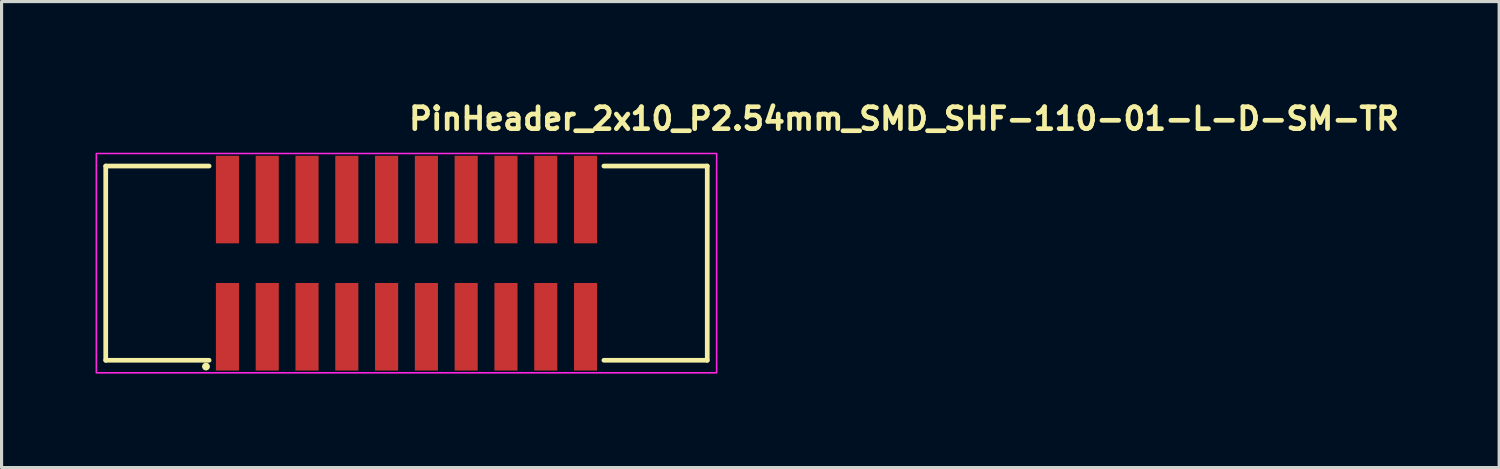
<source format=kicad_pcb>
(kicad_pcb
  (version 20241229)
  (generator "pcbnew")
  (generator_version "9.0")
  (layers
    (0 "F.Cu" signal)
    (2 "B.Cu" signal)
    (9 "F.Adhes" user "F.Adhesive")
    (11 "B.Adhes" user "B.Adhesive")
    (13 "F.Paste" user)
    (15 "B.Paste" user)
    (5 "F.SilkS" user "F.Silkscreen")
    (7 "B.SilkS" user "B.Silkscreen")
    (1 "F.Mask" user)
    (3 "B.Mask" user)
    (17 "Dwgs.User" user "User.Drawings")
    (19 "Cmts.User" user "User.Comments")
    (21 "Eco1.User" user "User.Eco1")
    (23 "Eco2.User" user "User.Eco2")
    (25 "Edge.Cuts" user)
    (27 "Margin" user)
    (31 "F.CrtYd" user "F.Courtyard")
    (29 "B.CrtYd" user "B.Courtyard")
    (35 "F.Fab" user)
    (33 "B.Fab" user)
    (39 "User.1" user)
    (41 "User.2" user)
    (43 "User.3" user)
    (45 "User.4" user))
  (footprint "PinHeader_2x10_P2.54mm_SMD_SHF-110-01-L-D-SM-TR"
    (layer "F.Cu")
    (at 9.925 5.35)
    (property "Reference" "PinHeader_2x10_P2.54mm_SMD_SHF-110-01-L-D-SM-TR" (at 0 -4.2 0) (unlocked yes) (layer "F.SilkS") (effects (font (size 0.7 0.7) (thickness 0.15)) (justify left bottom)))
    (attr smd)
    (fp_line (start -9.6 -3.1) (end -9.6 3.1) (stroke (width 0.15) (type solid)) (layer "F.SilkS"))
    (fp_line (start -9.6 3.1) (end -6.3 3.1) (stroke (width 0.15) (type solid)) (layer "F.SilkS"))
    (fp_line (start -6.3 -3.1) (end -9.6 -3.1) (stroke (width 0.15) (type solid)) (layer "F.SilkS"))
    (fp_line (start 6.3 3.1) (end 9.6 3.1) (stroke (width 0.15) (type solid)) (layer "F.SilkS"))
    (fp_line (start 9.6 -3.1) (end 6.3 -3.1) (stroke (width 0.15) (type solid)) (layer "F.SilkS"))
    (fp_line (start 9.6 3.1) (end 9.6 -3.1) (stroke (width 0.15) (type solid)) (layer "F.SilkS"))
    (fp_circle (center -6.4 3.3) (end -6.35 3.3) (stroke (width 0.15) (type solid)) (fill yes) (layer "F.SilkS"))
    (fp_rect (start -9.9 -3.5) (end 9.9 3.5) (stroke (width 0.05) (type solid)) (fill no) (layer "F.CrtYd"))
    (fp_rect (start -9.525 -3.048) (end 9.525 3.048) (stroke (width 0.1) (type solid)) (fill no) (layer "User.5"))
    (fp_line (start -9.525 -0.635) (end -9.525 -3.048) (stroke (width 0.02) (type solid)) (layer "User.9"))
    (fp_line (start -9.525 -0.635) (end -9.398 -0.635) (stroke (width 0.02) (type solid)) (layer "User.9"))
    (fp_line (start -9.525 2.54) (end -9.525 0.635) (stroke (width 0.02) (type solid)) (layer "User.9"))
    (fp_line (start -9.398 -0.635) (end -9.398 0.635) (stroke (width 0.02) (type solid)) (layer "User.9"))
    (fp_line (start -9.398 0.635) (end -9.525 0.635) (stroke (width 0.02) (type solid)) (layer "User.9"))
    (fp_line (start -8.913 -2.055) (end -8.913 2.055) (stroke (width 0.02) (type solid)) (layer "User.9"))
    (fp_line (start -8.913 -2.055) (end -8.636 -1.778) (stroke (width 0.02) (type solid)) (layer "User.9"))
    (fp_line (start -8.913 2.055) (end -8.636 1.778) (stroke (width 0.02) (type solid)) (layer "User.9"))
    (fp_line (start -8.913 2.055) (end -1.27 2.055) (stroke (width 0.02) (type solid)) (layer "User.9"))
    (fp_line (start -8.636 -1.778) (end -8.636 1.778) (stroke (width 0.02) (type solid)) (layer "User.9"))
    (fp_line (start -8.636 1.778) (end -1.27 1.778) (stroke (width 0.02) (type solid)) (layer "User.9"))
    (fp_line (start -8.585 -3.048) (end -9.525 -3.048) (stroke (width 0.02) (type solid)) (layer "User.9"))
    (fp_line (start -8.585 -2.54) (end -8.585 -3.048) (stroke (width 0.02) (type solid)) (layer "User.9"))
    (fp_line (start -6.223 2.286) (end -6.223 2.54) (stroke (width 0.02) (type solid)) (layer "User.9"))
    (fp_line (start -6.223 2.286) (end -6.223 2.54) (stroke (width 0.02) (type solid)) (layer "User.9"))
    (fp_line (start -6.223 2.54) (end -9.525 2.54) (stroke (width 0.02) (type solid)) (layer "User.9"))
    (fp_line (start -6.198 2.54) (end -6.223 2.54) (stroke (width 0.02) (type solid)) (layer "User.9"))
    (fp_line (start -6.198 2.54) (end -6.198 2.311) (stroke (width 0.02) (type solid)) (layer "User.9"))
    (fp_line (start -5.918 -3.048) (end -5.918 -2.946) (stroke (width 0.02) (type solid)) (layer "User.9"))
    (fp_line (start -5.918 -2.946) (end -5.918 -2.54) (stroke (width 0.02) (type solid)) (layer "User.9"))
    (fp_line (start -5.918 -0.838) (end -5.918 -0.737) (stroke (width 0.02) (type solid)) (layer "User.9"))
    (fp_line (start -5.918 -0.737) (end -5.918 -0.533) (stroke (width 0.02) (type solid)) (layer "User.9"))
    (fp_line (start -5.918 -0.533) (end -5.918 -0.432) (stroke (width 0.02) (type solid)) (layer "User.9"))
    (fp_line (start -5.918 0.432) (end -5.918 0.533) (stroke (width 0.02) (type solid)) (layer "User.9"))
    (fp_line (start -5.918 0.533) (end -5.918 0.737) (stroke (width 0.02) (type solid)) (layer "User.9"))
    (fp_line (start -5.918 0.737) (end -5.918 0.838) (stroke (width 0.02) (type solid)) (layer "User.9"))
    (fp_line (start -5.918 2.54) (end -5.918 2.946) (stroke (width 0.02) (type solid)) (layer "User.9"))
    (fp_line (start -5.918 2.946) (end -5.918 3.048) (stroke (width 0.02) (type solid)) (layer "User.9"))
    (fp_line (start -5.715 2.54) (end -6.198 2.54) (stroke (width 0.02) (type solid)) (layer "User.9"))
    (fp_line (start -5.715 2.54) (end -5.715 2.311) (stroke (width 0.02) (type solid)) (layer "User.9"))
    (fp_line (start -5.512 -3.048) (end -5.918 -3.048) (stroke (width 0.02) (type solid)) (layer "User.9"))
    (fp_line (start -5.512 -3.048) (end -5.512 -2.946) (stroke (width 0.02) (type solid)) (layer "User.9"))
    (fp_line (start -5.512 -2.946) (end -5.918 -2.946) (stroke (width 0.02) (type solid)) (layer "User.9"))
    (fp_line (start -5.512 -2.946) (end -5.512 -2.54) (stroke (width 0.02) (type solid)) (layer "User.9"))
    (fp_line (start -5.512 -0.838) (end -5.918 -0.838) (stroke (width 0.02) (type solid)) (layer "User.9"))
    (fp_line (start -5.512 -0.838) (end -5.512 -0.737) (stroke (width 0.02) (type solid)) (layer "User.9"))
    (fp_line (start -5.512 -0.737) (end -5.918 -0.737) (stroke (width 0.02) (type solid)) (layer "User.9"))
    (fp_line (start -5.512 -0.737) (end -5.512 -0.533) (stroke (width 0.02) (type solid)) (layer "User.9"))
    (fp_line (start -5.512 -0.533) (end -5.918 -0.533) (stroke (width 0.02) (type solid)) (layer "User.9"))
    (fp_line (start -5.512 -0.533) (end -5.512 -0.432) (stroke (width 0.02) (type solid)) (layer "User.9"))
    (fp_line (start -5.512 -0.432) (end -5.918 -0.432) (stroke (width 0.02) (type solid)) (layer "User.9"))
    (fp_line (start -5.512 0.432) (end -5.918 0.432) (stroke (width 0.02) (type solid)) (layer "User.9"))
    (fp_line (start -5.512 0.432) (end -5.512 0.533) (stroke (width 0.02) (type solid)) (layer "User.9"))
    (fp_line (start -5.512 0.533) (end -5.918 0.533) (stroke (width 0.02) (type solid)) (layer "User.9"))
    (fp_line (start -5.512 0.533) (end -5.512 0.737) (stroke (width 0.02) (type solid)) (layer "User.9"))
    (fp_line (start -5.512 0.737) (end -5.918 0.737) (stroke (width 0.02) (type solid)) (layer "User.9"))
    (fp_line (start -5.512 0.737) (end -5.512 0.838) (stroke (width 0.02) (type solid)) (layer "User.9"))
    (fp_line (start -5.512 0.838) (end -5.918 0.838) (stroke (width 0.02) (type solid)) (layer "User.9"))
    (fp_line (start -5.512 2.54) (end -5.512 2.946) (stroke (width 0.02) (type solid)) (layer "User.9"))
    (fp_line (start -5.512 2.946) (end -5.918 2.946) (stroke (width 0.02) (type solid)) (layer "User.9"))
    (fp_line (start -5.512 2.946) (end -5.512 3.048) (stroke (width 0.02) (type solid)) (layer "User.9"))
    (fp_line (start -5.512 3.048) (end -5.918 3.048) (stroke (width 0.02) (type solid)) (layer "User.9"))
    (fp_line (start -5.232 2.311) (end -6.198 2.311) (stroke (width 0.02) (type solid)) (layer "User.9"))
    (fp_line (start -5.232 2.54) (end -5.715 2.54) (stroke (width 0.02) (type solid)) (layer "User.9"))
    (fp_line (start -5.232 2.54) (end -5.232 2.311) (stroke (width 0.02) (type solid)) (layer "User.9"))
    (fp_line (start -5.207 2.286) (end -6.223 2.286) (stroke (width 0.02) (type solid)) (layer "User.9"))
    (fp_line (start -5.207 2.286) (end -6.223 2.286) (stroke (width 0.02) (type solid)) (layer "User.9"))
    (fp_line (start -5.207 2.286) (end -5.207 2.54) (stroke (width 0.02) (type solid)) (layer "User.9"))
    (fp_line (start -5.207 2.286) (end -5.207 2.54) (stroke (width 0.02) (type solid)) (layer "User.9"))
    (fp_line (start -5.207 2.54) (end -5.232 2.54) (stroke (width 0.02) (type solid)) (layer "User.9"))
    (fp_line (start -4.648 -2.946) (end -4.648 -3.048) (stroke (width 0.02) (type solid)) (layer "User.9"))
    (fp_line (start -4.648 -2.54) (end -4.648 -2.946) (stroke (width 0.02) (type solid)) (layer "User.9"))
    (fp_line (start -4.648 -0.737) (end -4.648 -0.838) (stroke (width 0.02) (type solid)) (layer "User.9"))
    (fp_line (start -4.648 -0.533) (end -4.648 -0.737) (stroke (width 0.02) (type solid)) (layer "User.9"))
    (fp_line (start -4.648 -0.432) (end -4.648 -0.533) (stroke (width 0.02) (type solid)) (layer "User.9"))
    (fp_line (start -4.648 0.533) (end -4.648 0.432) (stroke (width 0.02) (type solid)) (layer "User.9"))
    (fp_line (start -4.648 0.737) (end -4.648 0.533) (stroke (width 0.02) (type solid)) (layer "User.9"))
    (fp_line (start -4.648 0.838) (end -4.648 0.737) (stroke (width 0.02) (type solid)) (layer "User.9"))
    (fp_line (start -4.648 2.946) (end -4.648 2.54) (stroke (width 0.02) (type solid)) (layer "User.9"))
    (fp_line (start -4.648 3.048) (end -4.648 2.946) (stroke (width 0.02) (type solid)) (layer "User.9"))
    (fp_line (start -4.242 -3.048) (end -4.648 -3.048) (stroke (width 0.02) (type solid)) (layer "User.9"))
    (fp_line (start -4.242 -3.048) (end -4.242 -2.946) (stroke (width 0.02) (type solid)) (layer "User.9"))
    (fp_line (start -4.242 -2.946) (end -4.648 -2.946) (stroke (width 0.02) (type solid)) (layer "User.9"))
    (fp_line (start -4.242 -2.946) (end -4.242 -2.54) (stroke (width 0.02) (type solid)) (layer "User.9"))
    (fp_line (start -4.242 -0.838) (end -4.648 -0.838) (stroke (width 0.02) (type solid)) (layer "User.9"))
    (fp_line (start -4.242 -0.838) (end -4.242 -0.737) (stroke (width 0.02) (type solid)) (layer "User.9"))
    (fp_line (start -4.242 -0.737) (end -4.648 -0.737) (stroke (width 0.02) (type solid)) (layer "User.9"))
    (fp_line (start -4.242 -0.737) (end -4.242 -0.533) (stroke (width 0.02) (type solid)) (layer "User.9"))
    (fp_line (start -4.242 -0.533) (end -4.648 -0.533) (stroke (width 0.02) (type solid)) (layer "User.9"))
    (fp_line (start -4.242 -0.533) (end -4.242 -0.432) (stroke (width 0.02) (type solid)) (layer "User.9"))
    (fp_line (start -4.242 -0.432) (end -4.648 -0.432) (stroke (width 0.02) (type solid)) (layer "User.9"))
    (fp_line (start -4.242 0.432) (end -4.648 0.432) (stroke (width 0.02) (type solid)) (layer "User.9"))
    (fp_line (start -4.242 0.432) (end -4.242 0.533) (stroke (width 0.02) (type solid)) (layer "User.9"))
    (fp_line (start -4.242 0.533) (end -4.648 0.533) (stroke (width 0.02) (type solid)) (layer "User.9"))
    (fp_line (start -4.242 0.533) (end -4.242 0.737) (stroke (width 0.02) (type solid)) (layer "User.9"))
    (fp_line (start -4.242 0.737) (end -4.648 0.737) (stroke (width 0.02) (type solid)) (layer "User.9"))
    (fp_line (start -4.242 0.737) (end -4.242 0.838) (stroke (width 0.02) (type solid)) (layer "User.9"))
    (fp_line (start -4.242 0.838) (end -4.648 0.838) (stroke (width 0.02) (type solid)) (layer "User.9"))
    (fp_line (start -4.242 2.54) (end -4.242 2.946) (stroke (width 0.02) (type solid)) (layer "User.9"))
    (fp_line (start -4.242 2.946) (end -4.648 2.946) (stroke (width 0.02) (type solid)) (layer "User.9"))
    (fp_line (start -4.242 2.946) (end -4.242 3.048) (stroke (width 0.02) (type solid)) (layer "User.9"))
    (fp_line (start -4.242 3.048) (end -4.648 3.048) (stroke (width 0.02) (type solid)) (layer "User.9"))
    (fp_line (start -3.378 -2.946) (end -3.378 -3.048) (stroke (width 0.02) (type solid)) (layer "User.9"))
    (fp_line (start -3.378 -2.54) (end -3.378 -2.946) (stroke (width 0.02) (type solid)) (layer "User.9"))
    (fp_line (start -3.378 -0.737) (end -3.378 -0.838) (stroke (width 0.02) (type solid)) (layer "User.9"))
    (fp_line (start -3.378 -0.533) (end -3.378 -0.737) (stroke (width 0.02) (type solid)) (layer "User.9"))
    (fp_line (start -3.378 -0.432) (end -3.378 -0.533) (stroke (width 0.02) (type solid)) (layer "User.9"))
    (fp_line (start -3.378 0.533) (end -3.378 0.432) (stroke (width 0.02) (type solid)) (layer "User.9"))
    (fp_line (start -3.378 0.737) (end -3.378 0.533) (stroke (width 0.02) (type solid)) (layer "User.9"))
    (fp_line (start -3.378 0.838) (end -3.378 0.737) (stroke (width 0.02) (type solid)) (layer "User.9"))
    (fp_line (start -3.378 2.946) (end -3.378 2.54) (stroke (width 0.02) (type solid)) (layer "User.9"))
    (fp_line (start -3.378 3.048) (end -3.378 2.946) (stroke (width 0.02) (type solid)) (layer "User.9"))
    (fp_line (start -2.972 -3.048) (end -3.378 -3.048) (stroke (width 0.02) (type solid)) (layer "User.9"))
    (fp_line (start -2.972 -3.048) (end -2.972 -2.946) (stroke (width 0.02) (type solid)) (layer "User.9"))
    (fp_line (start -2.972 -2.946) (end -3.378 -2.946) (stroke (width 0.02) (type solid)) (layer "User.9"))
    (fp_line (start -2.972 -2.946) (end -2.972 -2.54) (stroke (width 0.02) (type solid)) (layer "User.9"))
    (fp_line (start -2.972 -0.838) (end -3.378 -0.838) (stroke (width 0.02) (type solid)) (layer "User.9"))
    (fp_line (start -2.972 -0.838) (end -2.972 -0.737) (stroke (width 0.02) (type solid)) (layer "User.9"))
    (fp_line (start -2.972 -0.737) (end -3.378 -0.737) (stroke (width 0.02) (type solid)) (layer "User.9"))
    (fp_line (start -2.972 -0.737) (end -2.972 -0.533) (stroke (width 0.02) (type solid)) (layer "User.9"))
    (fp_line (start -2.972 -0.533) (end -3.378 -0.533) (stroke (width 0.02) (type solid)) (layer "User.9"))
    (fp_line (start -2.972 -0.533) (end -2.972 -0.432) (stroke (width 0.02) (type solid)) (layer "User.9"))
    (fp_line (start -2.972 -0.432) (end -3.378 -0.432) (stroke (width 0.02) (type solid)) (layer "User.9"))
    (fp_line (start -2.972 0.432) (end -3.378 0.432) (stroke (width 0.02) (type solid)) (layer "User.9"))
    (fp_line (start -2.972 0.432) (end -2.972 0.533) (stroke (width 0.02) (type solid)) (layer "User.9"))
    (fp_line (start -2.972 0.533) (end -3.378 0.533) (stroke (width 0.02) (type solid)) (layer "User.9"))
    (fp_line (start -2.972 0.533) (end -2.972 0.737) (stroke (width 0.02) (type solid)) (layer "User.9"))
    (fp_line (start -2.972 0.737) (end -3.378 0.737) (stroke (width 0.02) (type solid)) (layer "User.9"))
    (fp_line (start -2.972 0.737) (end -2.972 0.838) (stroke (width 0.02) (type solid)) (layer "User.9"))
    (fp_line (start -2.972 0.838) (end -3.378 0.838) (stroke (width 0.02) (type solid)) (layer "User.9"))
    (fp_line (start -2.972 2.54) (end -2.972 2.946) (stroke (width 0.02) (type solid)) (layer "User.9"))
    (fp_line (start -2.972 2.946) (end -3.378 2.946) (stroke (width 0.02) (type solid)) (layer "User.9"))
    (fp_line (start -2.972 2.946) (end -2.972 3.048) (stroke (width 0.02) (type solid)) (layer "User.9"))
    (fp_line (start -2.972 3.048) (end -3.378 3.048) (stroke (width 0.02) (type solid)) (layer "User.9"))
    (fp_line (start -2.108 -2.946) (end -2.108 -3.048) (stroke (width 0.02) (type solid)) (layer "User.9"))
    (fp_line (start -2.108 -2.54) (end -2.108 -2.946) (stroke (width 0.02) (type solid)) (layer "User.9"))
    (fp_line (start -2.108 -0.737) (end -2.108 -0.838) (stroke (width 0.02) (type solid)) (layer "User.9"))
    (fp_line (start -2.108 -0.533) (end -2.108 -0.737) (stroke (width 0.02) (type solid)) (layer "User.9"))
    (fp_line (start -2.108 -0.432) (end -2.108 -0.533) (stroke (width 0.02) (type solid)) (layer "User.9"))
    (fp_line (start -2.108 0.533) (end -2.108 0.432) (stroke (width 0.02) (type solid)) (layer "User.9"))
    (fp_line (start -2.108 0.737) (end -2.108 0.533) (stroke (width 0.02) (type solid)) (layer "User.9"))
    (fp_line (start -2.108 0.838) (end -2.108 0.737) (stroke (width 0.02) (type solid)) (layer "User.9"))
    (fp_line (start -2.108 2.946) (end -2.108 2.54) (stroke (width 0.02) (type solid)) (layer "User.9"))
    (fp_line (start -2.108 3.048) (end -2.108 2.946) (stroke (width 0.02) (type solid)) (layer "User.9"))
    (fp_line (start -1.702 -3.048) (end -2.108 -3.048) (stroke (width 0.02) (type solid)) (layer "User.9"))
    (fp_line (start -1.702 -3.048) (end -1.702 -2.946) (stroke (width 0.02) (type solid)) (layer "User.9"))
    (fp_line (start -1.702 -2.946) (end -2.108 -2.946) (stroke (width 0.02) (type solid)) (layer "User.9"))
    (fp_line (start -1.702 -2.946) (end -1.702 -2.54) (stroke (width 0.02) (type solid)) (layer "User.9"))
    (fp_line (start -1.702 -0.838) (end -2.108 -0.838) (stroke (width 0.02) (type solid)) (layer "User.9"))
    (fp_line (start -1.702 -0.838) (end -1.702 -0.737) (stroke (width 0.02) (type solid)) (layer "User.9"))
    (fp_line (start -1.702 -0.737) (end -2.108 -0.737) (stroke (width 0.02) (type solid)) (layer "User.9"))
    (fp_line (start -1.702 -0.737) (end -1.702 -0.533) (stroke (width 0.02) (type solid)) (layer "User.9"))
    (fp_line (start -1.702 -0.533) (end -2.108 -0.533) (stroke (width 0.02) (type solid)) (layer "User.9"))
    (fp_line (start -1.702 -0.533) (end -1.702 -0.432) (stroke (width 0.02) (type solid)) (layer "User.9"))
    (fp_line (start -1.702 -0.432) (end -2.108 -0.432) (stroke (width 0.02) (type solid)) (layer "User.9"))
    (fp_line (start -1.702 0.432) (end -2.108 0.432) (stroke (width 0.02) (type solid)) (layer "User.9"))
    (fp_line (start -1.702 0.432) (end -1.702 0.533) (stroke (width 0.02) (type solid)) (layer "User.9"))
    (fp_line (start -1.702 0.533) (end -2.108 0.533) (stroke (width 0.02) (type solid)) (layer "User.9"))
    (fp_line (start -1.702 0.533) (end -1.702 0.737) (stroke (width 0.02) (type solid)) (layer "User.9"))
    (fp_line (start -1.702 0.737) (end -2.108 0.737) (stroke (width 0.02) (type solid)) (layer "User.9"))
    (fp_line (start -1.702 0.737) (end -1.702 0.838) (stroke (width 0.02) (type solid)) (layer "User.9"))
    (fp_line (start -1.702 0.838) (end -2.108 0.838) (stroke (width 0.02) (type solid)) (layer "User.9"))
    (fp_line (start -1.702 2.54) (end -1.702 2.946) (stroke (width 0.02) (type solid)) (layer "User.9"))
    (fp_line (start -1.702 2.946) (end -2.108 2.946) (stroke (width 0.02) (type solid)) (layer "User.9"))
    (fp_line (start -1.702 2.946) (end -1.702 3.048) (stroke (width 0.02) (type solid)) (layer "User.9"))
    (fp_line (start -1.702 3.048) (end -2.108 3.048) (stroke (width 0.02) (type solid)) (layer "User.9"))
    (fp_line (start -1.27 -3.048) (end -1.27 -2.54) (stroke (width 0.02) (type solid)) (layer "User.9"))
    (fp_line (start -1.27 -2.54) (end -8.585 -2.54) (stroke (width 0.02) (type solid)) (layer "User.9"))
    (fp_line (start -1.27 2.055) (end -1.27 1.778) (stroke (width 0.02) (type solid)) (layer "User.9"))
    (fp_line (start -1.27 2.54) (end -5.207 2.54) (stroke (width 0.02) (type solid)) (layer "User.9"))
    (fp_line (start -1.27 2.54) (end -1.27 2.055) (stroke (width 0.02) (type solid)) (layer "User.9"))
    (fp_line (start -1.27 2.54) (end 1.27 2.54) (stroke (width 0.02) (type solid)) (layer "User.9"))
    (fp_line (start -0.838 -0.737) (end -0.838 -0.838) (stroke (width 0.02) (type solid)) (layer "User.9"))
    (fp_line (start -0.838 -0.533) (end -0.838 -0.737) (stroke (width 0.02) (type solid)) (layer "User.9"))
    (fp_line (start -0.838 -0.432) (end -0.838 -0.533) (stroke (width 0.02) (type solid)) (layer "User.9"))
    (fp_line (start -0.838 0.533) (end -0.838 0.432) (stroke (width 0.02) (type solid)) (layer "User.9"))
    (fp_line (start -0.838 0.737) (end -0.838 0.533) (stroke (width 0.02) (type solid)) (layer "User.9"))
    (fp_line (start -0.838 0.838) (end -0.838 0.737) (stroke (width 0.02) (type solid)) (layer "User.9"))
    (fp_line (start -0.838 2.946) (end -0.838 2.54) (stroke (width 0.02) (type solid)) (layer "User.9"))
    (fp_line (start -0.838 3.048) (end -0.838 2.946) (stroke (width 0.02) (type solid)) (layer "User.9"))
    (fp_line (start -0.432 -0.838) (end -0.838 -0.838) (stroke (width 0.02) (type solid)) (layer "User.9"))
    (fp_line (start -0.432 -0.838) (end -0.432 -0.737) (stroke (width 0.02) (type solid)) (layer "User.9"))
    (fp_line (start -0.432 -0.737) (end -0.838 -0.737) (stroke (width 0.02) (type solid)) (layer "User.9"))
    (fp_line (start -0.432 -0.737) (end -0.432 -0.533) (stroke (width 0.02) (type solid)) (layer "User.9"))
    (fp_line (start -0.432 -0.533) (end -0.838 -0.533) (stroke (width 0.02) (type solid)) (layer "User.9"))
    (fp_line (start -0.432 -0.533) (end -0.432 -0.432) (stroke (width 0.02) (type solid)) (layer "User.9"))
    (fp_line (start -0.432 -0.432) (end -0.838 -0.432) (stroke (width 0.02) (type solid)) (layer "User.9"))
    (fp_line (start -0.432 0.432) (end -0.838 0.432) (stroke (width 0.02) (type solid)) (layer "User.9"))
    (fp_line (start -0.432 0.432) (end -0.432 0.533) (stroke (width 0.02) (type solid)) (layer "User.9"))
    (fp_line (start -0.432 0.533) (end -0.838 0.533) (stroke (width 0.02) (type solid)) (layer "User.9"))
    (fp_line (start -0.432 0.533) (end -0.432 0.737) (stroke (width 0.02) (type solid)) (layer "User.9"))
    (fp_line (start -0.432 0.737) (end -0.838 0.737) (stroke (width 0.02) (type solid)) (layer "User.9"))
    (fp_line (start -0.432 0.737) (end -0.432 0.838) (stroke (width 0.02) (type solid)) (layer "User.9"))
    (fp_line (start -0.432 0.838) (end -0.838 0.838) (stroke (width 0.02) (type solid)) (layer "User.9"))
    (fp_line (start -0.432 2.54) (end -0.432 2.946) (stroke (width 0.02) (type solid)) (layer "User.9"))
    (fp_line (start -0.432 2.946) (end -0.838 2.946) (stroke (width 0.02) (type solid)) (layer "User.9"))
    (fp_line (start -0.432 2.946) (end -0.432 3.048) (stroke (width 0.02) (type solid)) (layer "User.9"))
    (fp_line (start -0.432 3.048) (end -0.838 3.048) (stroke (width 0.02) (type solid)) (layer "User.9"))
    (fp_line (start 0.432 -0.737) (end 0.432 -0.838) (stroke (width 0.02) (type solid)) (layer "User.9"))
    (fp_line (start 0.432 -0.533) (end 0.432 -0.737) (stroke (width 0.02) (type solid)) (layer "User.9"))
    (fp_line (start 0.432 -0.432) (end 0.432 -0.533) (stroke (width 0.02) (type solid)) (layer "User.9"))
    (fp_line (start 0.432 0.533) (end 0.432 0.432) (stroke (width 0.02) (type solid)) (layer "User.9"))
    (fp_line (start 0.432 0.737) (end 0.432 0.533) (stroke (width 0.02) (type solid)) (layer "User.9"))
    (fp_line (start 0.432 0.838) (end 0.432 0.737) (stroke (width 0.02) (type solid)) (layer "User.9"))
    (fp_line (start 0.432 2.946) (end 0.432 2.54) (stroke (width 0.02) (type solid)) (layer "User.9"))
    (fp_line (start 0.432 3.048) (end 0.432 2.946) (stroke (width 0.02) (type solid)) (layer "User.9"))
    (fp_line (start 0.838 -0.838) (end 0.432 -0.838) (stroke (width 0.02) (type solid)) (layer "User.9"))
    (fp_line (start 0.838 -0.838) (end 0.838 -0.737) (stroke (width 0.02) (type solid)) (layer "User.9"))
    (fp_line (start 0.838 -0.737) (end 0.432 -0.737) (stroke (width 0.02) (type solid)) (layer "User.9"))
    (fp_line (start 0.838 -0.737) (end 0.838 -0.533) (stroke (width 0.02) (type solid)) (layer "User.9"))
    (fp_line (start 0.838 -0.533) (end 0.432 -0.533) (stroke (width 0.02) (type solid)) (layer "User.9"))
    (fp_line (start 0.838 -0.533) (end 0.838 -0.432) (stroke (width 0.02) (type solid)) (layer "User.9"))
    (fp_line (start 0.838 -0.432) (end 0.432 -0.432) (stroke (width 0.02) (type solid)) (layer "User.9"))
    (fp_line (start 0.838 0.432) (end 0.432 0.432) (stroke (width 0.02) (type solid)) (layer "User.9"))
    (fp_line (start 0.838 0.432) (end 0.838 0.533) (stroke (width 0.02) (type solid)) (layer "User.9"))
    (fp_line (start 0.838 0.533) (end 0.432 0.533) (stroke (width 0.02) (type solid)) (layer "User.9"))
    (fp_line (start 0.838 0.533) (end 0.838 0.737) (stroke (width 0.02) (type solid)) (layer "User.9"))
    (fp_line (start 0.838 0.737) (end 0.432 0.737) (stroke (width 0.02) (type solid)) (layer "User.9"))
    (fp_line (start 0.838 0.737) (end 0.838 0.838) (stroke (width 0.02) (type solid)) (layer "User.9"))
    (fp_line (start 0.838 0.838) (end 0.432 0.838) (stroke (width 0.02) (type solid)) (layer "User.9"))
    (fp_line (start 0.838 2.54) (end 0.838 2.946) (stroke (width 0.02) (type solid)) (layer "User.9"))
    (fp_line (start 0.838 2.946) (end 0.432 2.946) (stroke (width 0.02) (type solid)) (layer "User.9"))
    (fp_line (start 0.838 2.946) (end 0.838 3.048) (stroke (width 0.02) (type solid)) (layer "User.9"))
    (fp_line (start 0.838 3.048) (end 0.432 3.048) (stroke (width 0.02) (type solid)) (layer "User.9"))
    (fp_line (start 1.27 -3.048) (end -1.27 -3.048) (stroke (width 0.02) (type solid)) (layer "User.9"))
    (fp_line (start 1.27 -2.54) (end 1.27 -3.048) (stroke (width 0.02) (type solid)) (layer "User.9"))
    (fp_line (start 1.27 1.778) (end 1.27 2.055) (stroke (width 0.02) (type solid)) (layer "User.9"))
    (fp_line (start 1.27 1.778) (end 8.636 1.778) (stroke (width 0.02) (type solid)) (layer "User.9"))
    (fp_line (start 1.27 2.055) (end 8.913 2.055) (stroke (width 0.02) (type solid)) (layer "User.9"))
    (fp_line (start 1.27 2.54) (end 1.27 2.055) (stroke (width 0.02) (type solid)) (layer "User.9"))
    (fp_line (start 1.702 -2.946) (end 1.702 -3.048) (stroke (width 0.02) (type solid)) (layer "User.9"))
    (fp_line (start 1.702 -2.54) (end 1.702 -2.946) (stroke (width 0.02) (type solid)) (layer "User.9"))
    (fp_line (start 1.702 -0.737) (end 1.702 -0.838) (stroke (width 0.02) (type solid)) (layer "User.9"))
    (fp_line (start 1.702 -0.533) (end 1.702 -0.737) (stroke (width 0.02) (type solid)) (layer "User.9"))
    (fp_line (start 1.702 -0.432) (end 1.702 -0.533) (stroke (width 0.02) (type solid)) (layer "User.9"))
    (fp_line (start 1.702 0.533) (end 1.702 0.432) (stroke (width 0.02) (type solid)) (layer "User.9"))
    (fp_line (start 1.702 0.737) (end 1.702 0.533) (stroke (width 0.02) (type solid)) (layer "User.9"))
    (fp_line (start 1.702 0.838) (end 1.702 0.737) (stroke (width 0.02) (type solid)) (layer "User.9"))
    (fp_line (start 1.702 2.946) (end 1.702 2.54) (stroke (width 0.02) (type solid)) (layer "User.9"))
    (fp_line (start 1.702 3.048) (end 1.702 2.946) (stroke (width 0.02) (type solid)) (layer "User.9"))
    (fp_line (start 2.108 -3.048) (end 1.702 -3.048) (stroke (width 0.02) (type solid)) (layer "User.9"))
    (fp_line (start 2.108 -3.048) (end 2.108 -2.946) (stroke (width 0.02) (type solid)) (layer "User.9"))
    (fp_line (start 2.108 -2.946) (end 1.702 -2.946) (stroke (width 0.02) (type solid)) (layer "User.9"))
    (fp_line (start 2.108 -2.946) (end 2.108 -2.54) (stroke (width 0.02) (type solid)) (layer "User.9"))
    (fp_line (start 2.108 -0.838) (end 1.702 -0.838) (stroke (width 0.02) (type solid)) (layer "User.9"))
    (fp_line (start 2.108 -0.838) (end 2.108 -0.737) (stroke (width 0.02) (type solid)) (layer "User.9"))
    (fp_line (start 2.108 -0.737) (end 1.702 -0.737) (stroke (width 0.02) (type solid)) (layer "User.9"))
    (fp_line (start 2.108 -0.737) (end 2.108 -0.533) (stroke (width 0.02) (type solid)) (layer "User.9"))
    (fp_line (start 2.108 -0.533) (end 1.702 -0.533) (stroke (width 0.02) (type solid)) (layer "User.9"))
    (fp_line (start 2.108 -0.533) (end 2.108 -0.432) (stroke (width 0.02) (type solid)) (layer "User.9"))
    (fp_line (start 2.108 -0.432) (end 1.702 -0.432) (stroke (width 0.02) (type solid)) (layer "User.9"))
    (fp_line (start 2.108 0.432) (end 1.702 0.432) (stroke (width 0.02) (type solid)) (layer "User.9"))
    (fp_line (start 2.108 0.432) (end 2.108 0.533) (stroke (width 0.02) (type solid)) (layer "User.9"))
    (fp_line (start 2.108 0.533) (end 1.702 0.533) (stroke (width 0.02) (type solid)) (layer "User.9"))
    (fp_line (start 2.108 0.533) (end 2.108 0.737) (stroke (width 0.02) (type solid)) (layer "User.9"))
    (fp_line (start 2.108 0.737) (end 1.702 0.737) (stroke (width 0.02) (type solid)) (layer "User.9"))
    (fp_line (start 2.108 0.737) (end 2.108 0.838) (stroke (width 0.02) (type solid)) (layer "User.9"))
    (fp_line (start 2.108 0.838) (end 1.702 0.838) (stroke (width 0.02) (type solid)) (layer "User.9"))
    (fp_line (start 2.108 2.54) (end 2.108 2.946) (stroke (width 0.02) (type solid)) (layer "User.9"))
    (fp_line (start 2.108 2.946) (end 1.702 2.946) (stroke (width 0.02) (type solid)) (layer "User.9"))
    (fp_line (start 2.108 2.946) (end 2.108 3.048) (stroke (width 0.02) (type solid)) (layer "User.9"))
    (fp_line (start 2.108 3.048) (end 1.702 3.048) (stroke (width 0.02) (type solid)) (layer "User.9"))
    (fp_line (start 2.972 -2.946) (end 2.972 -3.048) (stroke (width 0.02) (type solid)) (layer "User.9"))
    (fp_line (start 2.972 -2.54) (end 2.972 -2.946) (stroke (width 0.02) (type solid)) (layer "User.9"))
    (fp_line (start 2.972 -0.737) (end 2.972 -0.838) (stroke (width 0.02) (type solid)) (layer "User.9"))
    (fp_line (start 2.972 -0.533) (end 2.972 -0.737) (stroke (width 0.02) (type solid)) (layer "User.9"))
    (fp_line (start 2.972 -0.432) (end 2.972 -0.533) (stroke (width 0.02) (type solid)) (layer "User.9"))
    (fp_line (start 2.972 0.533) (end 2.972 0.432) (stroke (width 0.02) (type solid)) (layer "User.9"))
    (fp_line (start 2.972 0.737) (end 2.972 0.533) (stroke (width 0.02) (type solid)) (layer "User.9"))
    (fp_line (start 2.972 0.838) (end 2.972 0.737) (stroke (width 0.02) (type solid)) (layer "User.9"))
    (fp_line (start 2.972 2.946) (end 2.972 2.54) (stroke (width 0.02) (type solid)) (layer "User.9"))
    (fp_line (start 2.972 3.048) (end 2.972 2.946) (stroke (width 0.02) (type solid)) (layer "User.9"))
    (fp_line (start 3.378 -3.048) (end 2.972 -3.048) (stroke (width 0.02) (type solid)) (layer "User.9"))
    (fp_line (start 3.378 -3.048) (end 3.378 -2.946) (stroke (width 0.02) (type solid)) (layer "User.9"))
    (fp_line (start 3.378 -2.946) (end 2.972 -2.946) (stroke (width 0.02) (type solid)) (layer "User.9"))
    (fp_line (start 3.378 -2.946) (end 3.378 -2.54) (stroke (width 0.02) (type solid)) (layer "User.9"))
    (fp_line (start 3.378 -0.838) (end 2.972 -0.838) (stroke (width 0.02) (type solid)) (layer "User.9"))
    (fp_line (start 3.378 -0.838) (end 3.378 -0.737) (stroke (width 0.02) (type solid)) (layer "User.9"))
    (fp_line (start 3.378 -0.737) (end 2.972 -0.737) (stroke (width 0.02) (type solid)) (layer "User.9"))
    (fp_line (start 3.378 -0.737) (end 3.378 -0.533) (stroke (width 0.02) (type solid)) (layer "User.9"))
    (fp_line (start 3.378 -0.533) (end 2.972 -0.533) (stroke (width 0.02) (type solid)) (layer "User.9"))
    (fp_line (start 3.378 -0.533) (end 3.378 -0.432) (stroke (width 0.02) (type solid)) (layer "User.9"))
    (fp_line (start 3.378 -0.432) (end 2.972 -0.432) (stroke (width 0.02) (type solid)) (layer "User.9"))
    (fp_line (start 3.378 0.432) (end 2.972 0.432) (stroke (width 0.02) (type solid)) (layer "User.9"))
    (fp_line (start 3.378 0.432) (end 3.378 0.533) (stroke (width 0.02) (type solid)) (layer "User.9"))
    (fp_line (start 3.378 0.533) (end 2.972 0.533) (stroke (width 0.02) (type solid)) (layer "User.9"))
    (fp_line (start 3.378 0.533) (end 3.378 0.737) (stroke (width 0.02) (type solid)) (layer "User.9"))
    (fp_line (start 3.378 0.737) (end 2.972 0.737) (stroke (width 0.02) (type solid)) (layer "User.9"))
    (fp_line (start 3.378 0.737) (end 3.378 0.838) (stroke (width 0.02) (type solid)) (layer "User.9"))
    (fp_line (start 3.378 0.838) (end 2.972 0.838) (stroke (width 0.02) (type solid)) (layer "User.9"))
    (fp_line (start 3.378 2.54) (end 3.378 2.946) (stroke (width 0.02) (type solid)) (layer "User.9"))
    (fp_line (start 3.378 2.946) (end 2.972 2.946) (stroke (width 0.02) (type solid)) (layer "User.9"))
    (fp_line (start 3.378 2.946) (end 3.378 3.048) (stroke (width 0.02) (type solid)) (layer "User.9"))
    (fp_line (start 3.378 3.048) (end 2.972 3.048) (stroke (width 0.02) (type solid)) (layer "User.9"))
    (fp_line (start 4.242 -2.946) (end 4.242 -3.048) (stroke (width 0.02) (type solid)) (layer "User.9"))
    (fp_line (start 4.242 -2.54) (end 4.242 -2.946) (stroke (width 0.02) (type solid)) (layer "User.9"))
    (fp_line (start 4.242 -0.737) (end 4.242 -0.838) (stroke (width 0.02) (type solid)) (layer "User.9"))
    (fp_line (start 4.242 -0.533) (end 4.242 -0.737) (stroke (width 0.02) (type solid)) (layer "User.9"))
    (fp_line (start 4.242 -0.432) (end 4.242 -0.533) (stroke (width 0.02) (type solid)) (layer "User.9"))
    (fp_line (start 4.242 0.533) (end 4.242 0.432) (stroke (width 0.02) (type solid)) (layer "User.9"))
    (fp_line (start 4.242 0.737) (end 4.242 0.533) (stroke (width 0.02) (type solid)) (layer "User.9"))
    (fp_line (start 4.242 0.838) (end 4.242 0.737) (stroke (width 0.02) (type solid)) (layer "User.9"))
    (fp_line (start 4.242 2.946) (end 4.242 2.54) (stroke (width 0.02) (type solid)) (layer "User.9"))
    (fp_line (start 4.242 3.048) (end 4.242 2.946) (stroke (width 0.02) (type solid)) (layer "User.9"))
    (fp_line (start 4.648 -3.048) (end 4.242 -3.048) (stroke (width 0.02) (type solid)) (layer "User.9"))
    (fp_line (start 4.648 -3.048) (end 4.648 -2.946) (stroke (width 0.02) (type solid)) (layer "User.9"))
    (fp_line (start 4.648 -2.946) (end 4.242 -2.946) (stroke (width 0.02) (type solid)) (layer "User.9"))
    (fp_line (start 4.648 -2.946) (end 4.648 -2.54) (stroke (width 0.02) (type solid)) (layer "User.9"))
    (fp_line (start 4.648 -0.838) (end 4.242 -0.838) (stroke (width 0.02) (type solid)) (layer "User.9"))
    (fp_line (start 4.648 -0.838) (end 4.648 -0.737) (stroke (width 0.02) (type solid)) (layer "User.9"))
    (fp_line (start 4.648 -0.737) (end 4.242 -0.737) (stroke (width 0.02) (type solid)) (layer "User.9"))
    (fp_line (start 4.648 -0.737) (end 4.648 -0.533) (stroke (width 0.02) (type solid)) (layer "User.9"))
    (fp_line (start 4.648 -0.533) (end 4.242 -0.533) (stroke (width 0.02) (type solid)) (layer "User.9"))
    (fp_line (start 4.648 -0.533) (end 4.648 -0.432) (stroke (width 0.02) (type solid)) (layer "User.9"))
    (fp_line (start 4.648 -0.432) (end 4.242 -0.432) (stroke (width 0.02) (type solid)) (layer "User.9"))
    (fp_line (start 4.648 0.432) (end 4.242 0.432) (stroke (width 0.02) (type solid)) (layer "User.9"))
    (fp_line (start 4.648 0.432) (end 4.648 0.533) (stroke (width 0.02) (type solid)) (layer "User.9"))
    (fp_line (start 4.648 0.533) (end 4.242 0.533) (stroke (width 0.02) (type solid)) (layer "User.9"))
    (fp_line (start 4.648 0.533) (end 4.648 0.737) (stroke (width 0.02) (type solid)) (layer "User.9"))
    (fp_line (start 4.648 0.737) (end 4.242 0.737) (stroke (width 0.02) (type solid)) (layer "User.9"))
    (fp_line (start 4.648 0.737) (end 4.648 0.838) (stroke (width 0.02) (type solid)) (layer "User.9"))
    (fp_line (start 4.648 0.838) (end 4.242 0.838) (stroke (width 0.02) (type solid)) (layer "User.9"))
    (fp_line (start 4.648 2.54) (end 4.648 2.946) (stroke (width 0.02) (type solid)) (layer "User.9"))
    (fp_line (start 4.648 2.946) (end 4.242 2.946) (stroke (width 0.02) (type solid)) (layer "User.9"))
    (fp_line (start 4.648 2.946) (end 4.648 3.048) (stroke (width 0.02) (type solid)) (layer "User.9"))
    (fp_line (start 4.648 3.048) (end 4.242 3.048) (stroke (width 0.02) (type solid)) (layer "User.9"))
    (fp_line (start 5.512 -2.946) (end 5.512 -3.048) (stroke (width 0.02) (type solid)) (layer "User.9"))
    (fp_line (start 5.512 -2.54) (end 5.512 -2.946) (stroke (width 0.02) (type solid)) (layer "User.9"))
    (fp_line (start 5.512 -0.737) (end 5.512 -0.838) (stroke (width 0.02) (type solid)) (layer "User.9"))
    (fp_line (start 5.512 -0.533) (end 5.512 -0.737) (stroke (width 0.02) (type solid)) (layer "User.9"))
    (fp_line (start 5.512 -0.432) (end 5.512 -0.533) (stroke (width 0.02) (type solid)) (layer "User.9"))
    (fp_line (start 5.512 0.533) (end 5.512 0.432) (stroke (width 0.02) (type solid)) (layer "User.9"))
    (fp_line (start 5.512 0.737) (end 5.512 0.533) (stroke (width 0.02) (type solid)) (layer "User.9"))
    (fp_line (start 5.512 0.838) (end 5.512 0.737) (stroke (width 0.02) (type solid)) (layer "User.9"))
    (fp_line (start 5.512 2.946) (end 5.512 2.54) (stroke (width 0.02) (type solid)) (layer "User.9"))
    (fp_line (start 5.512 3.048) (end 5.512 2.946) (stroke (width 0.02) (type solid)) (layer "User.9"))
    (fp_line (start 5.918 -3.048) (end 5.512 -3.048) (stroke (width 0.02) (type solid)) (layer "User.9"))
    (fp_line (start 5.918 -3.048) (end 5.918 -2.946) (stroke (width 0.02) (type solid)) (layer "User.9"))
    (fp_line (start 5.918 -2.946) (end 5.512 -2.946) (stroke (width 0.02) (type solid)) (layer "User.9"))
    (fp_line (start 5.918 -2.946) (end 5.918 -2.54) (stroke (width 0.02) (type solid)) (layer "User.9"))
    (fp_line (start 5.918 -0.838) (end 5.512 -0.838) (stroke (width 0.02) (type solid)) (layer "User.9"))
    (fp_line (start 5.918 -0.838) (end 5.918 -0.737) (stroke (width 0.02) (type solid)) (layer "User.9"))
    (fp_line (start 5.918 -0.737) (end 5.512 -0.737) (stroke (width 0.02) (type solid)) (layer "User.9"))
    (fp_line (start 5.918 -0.737) (end 5.918 -0.533) (stroke (width 0.02) (type solid)) (layer "User.9"))
    (fp_line (start 5.918 -0.533) (end 5.512 -0.533) (stroke (width 0.02) (type solid)) (layer "User.9"))
    (fp_line (start 5.918 -0.533) (end 5.918 -0.432) (stroke (width 0.02) (type solid)) (layer "User.9"))
    (fp_line (start 5.918 -0.432) (end 5.512 -0.432) (stroke (width 0.02) (type solid)) (layer "User.9"))
    (fp_line (start 5.918 0.432) (end 5.512 0.432) (stroke (width 0.02) (type solid)) (layer "User.9"))
    (fp_line (start 5.918 0.432) (end 5.918 0.533) (stroke (width 0.02) (type solid)) (layer "User.9"))
    (fp_line (start 5.918 0.533) (end 5.512 0.533) (stroke (width 0.02) (type solid)) (layer "User.9"))
    (fp_line (start 5.918 0.533) (end 5.918 0.737) (stroke (width 0.02) (type solid)) (layer "User.9"))
    (fp_line (start 5.918 0.737) (end 5.512 0.737) (stroke (width 0.02) (type solid)) (layer "User.9"))
    (fp_line (start 5.918 0.737) (end 5.918 0.838) (stroke (width 0.02) (type solid)) (layer "User.9"))
    (fp_line (start 5.918 0.838) (end 5.512 0.838) (stroke (width 0.02) (type solid)) (layer "User.9"))
    (fp_line (start 5.918 2.54) (end 5.918 2.946) (stroke (width 0.02) (type solid)) (layer "User.9"))
    (fp_line (start 5.918 2.946) (end 5.512 2.946) (stroke (width 0.02) (type solid)) (layer "User.9"))
    (fp_line (start 5.918 2.946) (end 5.918 3.048) (stroke (width 0.02) (type solid)) (layer "User.9"))
    (fp_line (start 5.918 3.048) (end 5.512 3.048) (stroke (width 0.02) (type solid)) (layer "User.9"))
    (fp_line (start 8.585 -3.048) (end 8.585 -2.54) (stroke (width 0.02) (type solid)) (layer "User.9"))
    (fp_line (start 8.585 -2.54) (end 1.27 -2.54) (stroke (width 0.02) (type solid)) (layer "User.9"))
    (fp_line (start 8.636 -1.778) (end -8.636 -1.778) (stroke (width 0.02) (type solid)) (layer "User.9"))
    (fp_line (start 8.636 1.778) (end 8.636 -1.778) (stroke (width 0.02) (type solid)) (layer "User.9"))
    (fp_line (start 8.913 -2.055) (end -8.913 -2.055) (stroke (width 0.02) (type solid)) (layer "User.9"))
    (fp_line (start 8.913 -2.055) (end 8.636 -1.778) (stroke (width 0.02) (type solid)) (layer "User.9"))
    (fp_line (start 8.913 2.055) (end 8.636 1.778) (stroke (width 0.02) (type solid)) (layer "User.9"))
    (fp_line (start 8.913 2.055) (end 8.913 -2.055) (stroke (width 0.02) (type solid)) (layer "User.9"))
    (fp_line (start 9.525 -3.048) (end 8.585 -3.048) (stroke (width 0.02) (type solid)) (layer "User.9"))
    (fp_line (start 9.525 2.54) (end 1.27 2.54) (stroke (width 0.02) (type solid)) (layer "User.9"))
    (fp_line (start 9.525 2.54) (end 9.525 -3.048) (stroke (width 0.02) (type solid)) (layer "User.9"))
    (pad "1" smd rect (at -5.715 2.03 90) (size 2.794 0.737) (layers "F.Cu" "F.Mask" "F.Paste"))
    (pad "2" smd rect (at -5.715 -2.03 90) (size 2.794 0.737) (layers "F.Cu" "F.Mask" "F.Paste"))
    (pad "3" smd rect (at -4.445 2.03 90) (size 2.794 0.737) (layers "F.Cu" "F.Mask" "F.Paste"))
    (pad "4" smd rect (at -4.445 -2.03 90) (size 2.794 0.737) (layers "F.Cu" "F.Mask" "F.Paste"))
    (pad "5" smd rect (at -3.175 2.03 90) (size 2.794 0.737) (layers "F.Cu" "F.Mask" "F.Paste"))
    (pad "6" smd rect (at -3.175 -2.03 90) (size 2.794 0.737) (layers "F.Cu" "F.Mask" "F.Paste"))
    (pad "7" smd rect (at -1.905 2.03 90) (size 2.794 0.737) (layers "F.Cu" "F.Mask" "F.Paste"))
    (pad "8" smd rect (at -1.905 -2.03 90) (size 2.794 0.737) (layers "F.Cu" "F.Mask" "F.Paste"))
    (pad "9" smd rect (at -0.635 2.03 90) (size 2.794 0.737) (layers "F.Cu" "F.Mask" "F.Paste"))
    (pad "10" smd rect (at -0.635 -2.03 90) (size 2.794 0.737) (layers "F.Cu" "F.Mask" "F.Paste"))
    (pad "11" smd rect (at 0.635 2.03 90) (size 2.794 0.737) (layers "F.Cu" "F.Mask" "F.Paste"))
    (pad "12" smd rect (at 0.635 -2.03 90) (size 2.794 0.737) (layers "F.Cu" "F.Mask" "F.Paste"))
    (pad "13" smd rect (at 1.905 2.03 90) (size 2.794 0.737) (layers "F.Cu" "F.Mask" "F.Paste"))
    (pad "14" smd rect (at 1.905 -2.03 90) (size 2.794 0.737) (layers "F.Cu" "F.Mask" "F.Paste"))
    (pad "15" smd rect (at 3.175 2.03 90) (size 2.794 0.737) (layers "F.Cu" "F.Mask" "F.Paste"))
    (pad "16" smd rect (at 3.175 -2.03 90) (size 2.794 0.737) (layers "F.Cu" "F.Mask" "F.Paste"))
    (pad "17" smd rect (at 4.445 2.03 90) (size 2.794 0.737) (layers "F.Cu" "F.Mask" "F.Paste"))
    (pad "18" smd rect (at 4.445 -2.03 90) (size 2.794 0.737) (layers "F.Cu" "F.Mask" "F.Paste"))
    (pad "19" smd rect (at 5.715 2.03 90) (size 2.794 0.737) (layers "F.Cu" "F.Mask" "F.Paste"))
    (pad "20" smd rect (at 5.715 -2.03 90) (size 2.794 0.737) (layers "F.Cu" "F.Mask" "F.Paste")))
  (gr_rect
    (start -3 -3)
    (end 44.802 11.875)
    (stroke (width 0.1) (type default))
    (fill no)
    (layer "Edge.Cuts")))
</source>
